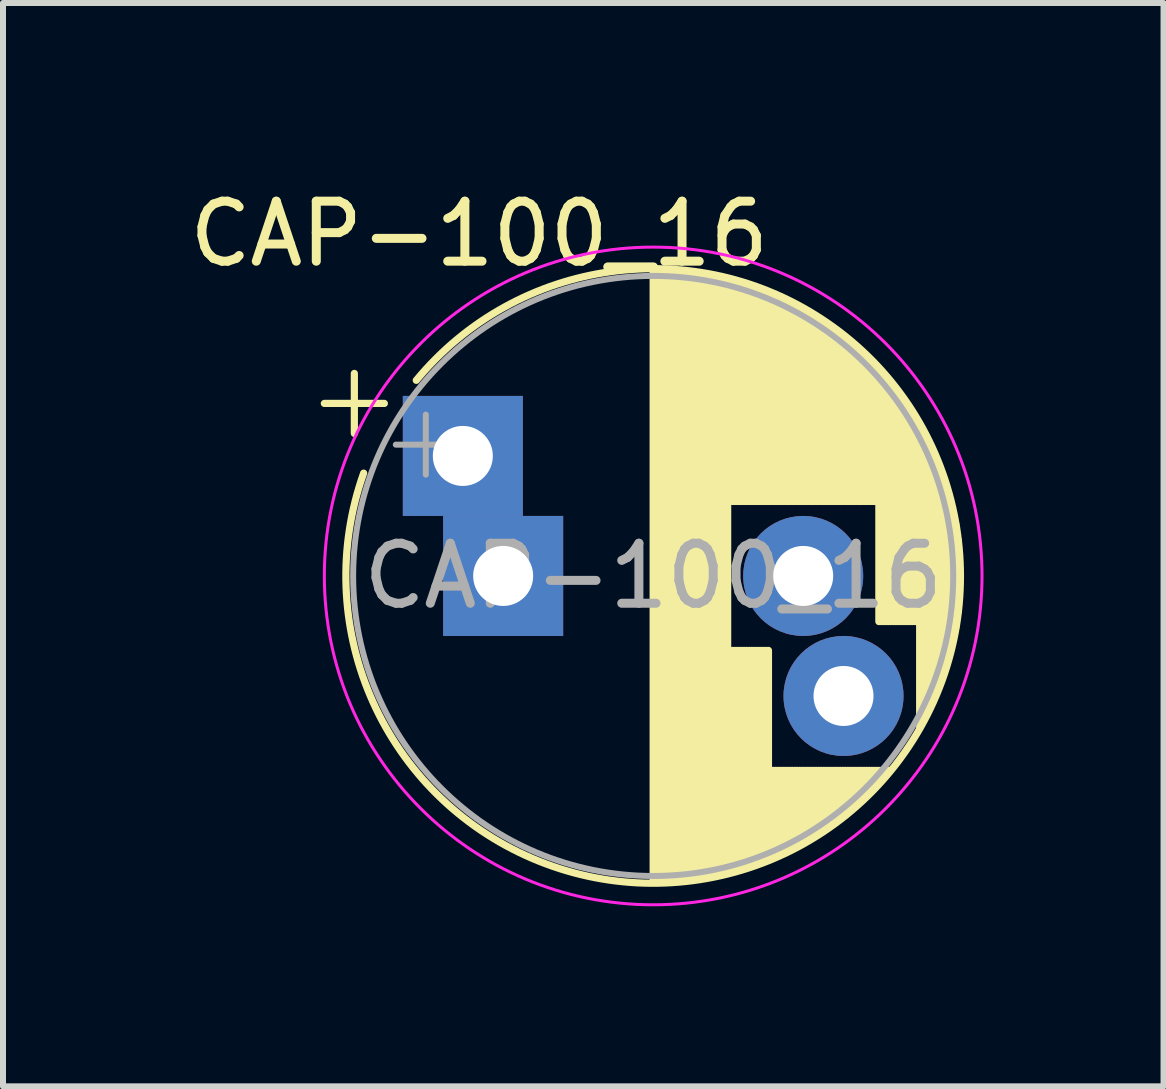
<source format=kicad_pcb>
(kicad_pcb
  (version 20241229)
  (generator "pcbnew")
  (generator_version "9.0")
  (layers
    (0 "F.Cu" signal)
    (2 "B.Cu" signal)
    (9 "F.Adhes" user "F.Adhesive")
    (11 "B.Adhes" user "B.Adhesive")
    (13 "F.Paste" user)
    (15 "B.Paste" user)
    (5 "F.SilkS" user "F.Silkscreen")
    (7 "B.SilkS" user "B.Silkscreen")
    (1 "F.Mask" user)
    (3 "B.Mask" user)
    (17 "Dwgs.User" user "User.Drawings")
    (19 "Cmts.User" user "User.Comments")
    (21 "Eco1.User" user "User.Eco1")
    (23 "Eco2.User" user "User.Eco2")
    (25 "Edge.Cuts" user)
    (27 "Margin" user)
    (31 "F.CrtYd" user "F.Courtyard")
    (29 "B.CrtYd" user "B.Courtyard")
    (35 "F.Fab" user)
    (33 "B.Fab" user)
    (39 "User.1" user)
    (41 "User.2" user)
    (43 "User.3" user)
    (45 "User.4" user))
  (footprint "CAP-100_16"
    (layer "F.Cu")
    (at 5.335 6.548)
    (property "Reference" "CAP-100_16" (at -0.4 -5.7 0) (layer "F.SilkS") (effects (font (size 1 1) (thickness 0.15))))
    (attr through_hole)
    (fp_line (start -2.98 -2.875) (end -1.98 -2.875) (stroke (width 0.12) (type solid)) (layer "F.SilkS"))
    (fp_line (start -2.48 -3.375) (end -2.48 -2.375) (stroke (width 0.12) (type solid)) (layer "F.SilkS"))
    (fp_line (start 2.5 -5.08) (end 2.5 5.08) (stroke (width 0.12) (type solid)) (layer "F.SilkS"))
    (fp_line (start 2.54 -5.08) (end 2.54 5.08) (stroke (width 0.12) (type solid)) (layer "F.SilkS"))
    (fp_line (start 2.58 -5.08) (end 2.58 5.08) (stroke (width 0.12) (type solid)) (layer "F.SilkS"))
    (fp_line (start 2.62 -5.079) (end 2.62 5.079) (stroke (width 0.12) (type solid)) (layer "F.SilkS"))
    (fp_line (start 2.66 -5.078) (end 2.66 5.078) (stroke (width 0.12) (type solid)) (layer "F.SilkS"))
    (fp_line (start 2.7 -5.077) (end 2.7 5.077) (stroke (width 0.12) (type solid)) (layer "F.SilkS"))
    (fp_line (start 2.74 -5.075) (end 2.74 5.075) (stroke (width 0.12) (type solid)) (layer "F.SilkS"))
    (fp_line (start 2.78 -5.073) (end 2.78 5.073) (stroke (width 0.12) (type solid)) (layer "F.SilkS"))
    (fp_line (start 2.82 -5.07) (end 2.82 5.07) (stroke (width 0.12) (type solid)) (layer "F.SilkS"))
    (fp_line (start 2.86 -5.068) (end 2.86 5.068) (stroke (width 0.12) (type solid)) (layer "F.SilkS"))
    (fp_line (start 2.9 -5.065) (end 2.9 5.065) (stroke (width 0.12) (type solid)) (layer "F.SilkS"))
    (fp_line (start 2.94 -5.062) (end 2.94 5.062) (stroke (width 0.12) (type solid)) (layer "F.SilkS"))
    (fp_line (start 2.98 -5.058) (end 2.98 5.058) (stroke (width 0.12) (type solid)) (layer "F.SilkS"))
    (fp_line (start 3.02 -5.054) (end 3.02 5.054) (stroke (width 0.12) (type solid)) (layer "F.SilkS"))
    (fp_line (start 3.06 -5.05) (end 3.06 5.05) (stroke (width 0.12) (type solid)) (layer "F.SilkS"))
    (fp_line (start 3.1 -5.045) (end 3.1 5.045) (stroke (width 0.12) (type solid)) (layer "F.SilkS"))
    (fp_line (start 3.14 -5.04) (end 3.14 5.04) (stroke (width 0.12) (type solid)) (layer "F.SilkS"))
    (fp_line (start 3.18 -5.035) (end 3.18 5.035) (stroke (width 0.12) (type solid)) (layer "F.SilkS"))
    (fp_line (start 3.221 -5.03) (end 3.221 5.03) (stroke (width 0.12) (type solid)) (layer "F.SilkS"))
    (fp_line (start 3.261 -5.024) (end 3.261 5.024) (stroke (width 0.12) (type solid)) (layer "F.SilkS"))
    (fp_line (start 3.301 -5.018) (end 3.301 5.018) (stroke (width 0.12) (type solid)) (layer "F.SilkS"))
    (fp_line (start 3.341 -5.011) (end 3.341 5.011) (stroke (width 0.12) (type solid)) (layer "F.SilkS"))
    (fp_line (start 3.381 -5.004) (end 3.381 5.004) (stroke (width 0.12) (type solid)) (layer "F.SilkS"))
    (fp_line (start 3.421 -4.997) (end 3.421 4.997) (stroke (width 0.12) (type solid)) (layer "F.SilkS"))
    (fp_line (start 3.461 -4.99) (end 3.461 4.99) (stroke (width 0.12) (type solid)) (layer "F.SilkS"))
    (fp_line (start 3.501 -4.982) (end 3.501 4.982) (stroke (width 0.12) (type solid)) (layer "F.SilkS"))
    (fp_line (start 3.541 -4.974) (end 3.541 4.974) (stroke (width 0.12) (type solid)) (layer "F.SilkS"))
    (fp_line (start 3.581 -4.965) (end 3.581 4.965) (stroke (width 0.12) (type solid)) (layer "F.SilkS"))
    (fp_line (start 3.621 -4.956) (end 3.621 4.956) (stroke (width 0.12) (type solid)) (layer "F.SilkS"))
    (fp_line (start 3.661 -4.947) (end 3.661 4.947) (stroke (width 0.12) (type solid)) (layer "F.SilkS"))
    (fp_line (start 3.701 -4.938) (end 3.701 4.938) (stroke (width 0.12) (type solid)) (layer "F.SilkS"))
    (fp_line (start 3.741 -4.928) (end 3.741 4.928) (stroke (width 0.12) (type solid)) (layer "F.SilkS"))
    (fp_line (start 3.781 -4.918) (end 3.781 -1.241) (stroke (width 0.12) (type solid)) (layer "F.SilkS"))
    (fp_line (start 3.781 1.241) (end 3.781 4.918) (stroke (width 0.12) (type solid)) (layer "F.SilkS"))
    (fp_line (start 3.821 -4.907) (end 3.821 -1.241) (stroke (width 0.12) (type solid)) (layer "F.SilkS"))
    (fp_line (start 3.821 1.241) (end 3.821 4.907) (stroke (width 0.12) (type solid)) (layer "F.SilkS"))
    (fp_line (start 3.861 -4.897) (end 3.861 -1.241) (stroke (width 0.12) (type solid)) (layer "F.SilkS"))
    (fp_line (start 3.861 1.241) (end 3.861 4.897) (stroke (width 0.12) (type solid)) (layer "F.SilkS"))
    (fp_line (start 3.901 -4.885) (end 3.901 -1.241) (stroke (width 0.12) (type solid)) (layer "F.SilkS"))
    (fp_line (start 3.901 1.241) (end 3.901 4.885) (stroke (width 0.12) (type solid)) (layer "F.SilkS"))
    (fp_line (start 3.941 -4.874) (end 3.941 -1.241) (stroke (width 0.12) (type solid)) (layer "F.SilkS"))
    (fp_line (start 3.941 1.241) (end 3.941 4.874) (stroke (width 0.12) (type solid)) (layer "F.SilkS"))
    (fp_line (start 3.981 -4.862) (end 3.981 -1.241) (stroke (width 0.12) (type solid)) (layer "F.SilkS"))
    (fp_line (start 3.981 1.241) (end 3.981 4.862) (stroke (width 0.12) (type solid)) (layer "F.SilkS"))
    (fp_line (start 4.021 -4.85) (end 4.021 -1.241) (stroke (width 0.12) (type solid)) (layer "F.SilkS"))
    (fp_line (start 4.021 1.241) (end 4.021 4.85) (stroke (width 0.12) (type solid)) (layer "F.SilkS"))
    (fp_line (start 4.061 -4.837) (end 4.061 -1.241) (stroke (width 0.12) (type solid)) (layer "F.SilkS"))
    (fp_line (start 4.061 1.241) (end 4.061 4.837) (stroke (width 0.12) (type solid)) (layer "F.SilkS"))
    (fp_line (start 4.101 -4.824) (end 4.101 -1.241) (stroke (width 0.12) (type solid)) (layer "F.SilkS"))
    (fp_line (start 4.101 1.241) (end 4.101 4.824) (stroke (width 0.12) (type solid)) (layer "F.SilkS"))
    (fp_line (start 4.141 -4.811) (end 4.141 -1.241) (stroke (width 0.12) (type solid)) (layer "F.SilkS"))
    (fp_line (start 4.141 1.241) (end 4.141 4.811) (stroke (width 0.12) (type solid)) (layer "F.SilkS"))
    (fp_line (start 4.181 -4.797) (end 4.181 -1.241) (stroke (width 0.12) (type solid)) (layer "F.SilkS"))
    (fp_line (start 4.181 1.241) (end 4.181 4.797) (stroke (width 0.12) (type solid)) (layer "F.SilkS"))
    (fp_line (start 4.221 -4.783) (end 4.221 -1.241) (stroke (width 0.12) (type solid)) (layer "F.SilkS"))
    (fp_line (start 4.221 1.241) (end 4.221 4.783) (stroke (width 0.12) (type solid)) (layer "F.SilkS"))
    (fp_line (start 4.261 -4.768) (end 4.261 -1.241) (stroke (width 0.12) (type solid)) (layer "F.SilkS"))
    (fp_line (start 4.261 1.241) (end 4.261 4.768) (stroke (width 0.12) (type solid)) (layer "F.SilkS"))
    (fp_line (start 4.301 -4.754) (end 4.301 -1.241) (stroke (width 0.12) (type solid)) (layer "F.SilkS"))
    (fp_line (start 4.301 1.241) (end 4.301 4.754) (stroke (width 0.12) (type solid)) (layer "F.SilkS"))
    (fp_line (start 4.341 -4.738) (end 4.341 -1.241) (stroke (width 0.12) (type solid)) (layer "F.SilkS"))
    (fp_line (start 4.341 1.241) (end 4.341 4.738) (stroke (width 0.12) (type solid)) (layer "F.SilkS"))
    (fp_line (start 4.381 -4.723) (end 4.381 -1.241) (stroke (width 0.12) (type solid)) (layer "F.SilkS"))
    (fp_line (start 4.381 1.241) (end 4.381 4.723) (stroke (width 0.12) (type solid)) (layer "F.SilkS"))
    (fp_line (start 4.421 -4.707) (end 4.421 -1.241) (stroke (width 0.12) (type solid)) (layer "F.SilkS"))
    (fp_line (start 4.421 1.241) (end 4.421 4.707) (stroke (width 0.12) (type solid)) (layer "F.SilkS"))
    (fp_line (start 4.461 -4.69) (end 4.461 -1.241) (stroke (width 0.12) (type solid)) (layer "F.SilkS"))
    (fp_line (start 4.461 3.24) (end 4.461 4.69) (stroke (width 0.12) (type solid)) (layer "F.SilkS"))
    (fp_line (start 4.501 -4.674) (end 4.501 -1.241) (stroke (width 0.12) (type solid)) (layer "F.SilkS"))
    (fp_line (start 4.501 3.24) (end 4.501 4.674) (stroke (width 0.12) (type solid)) (layer "F.SilkS"))
    (fp_line (start 4.541 -4.657) (end 4.541 -1.241) (stroke (width 0.12) (type solid)) (layer "F.SilkS"))
    (fp_line (start 4.541 3.24) (end 4.541 4.657) (stroke (width 0.12) (type solid)) (layer "F.SilkS"))
    (fp_line (start 4.581 -4.639) (end 4.581 -1.241) (stroke (width 0.12) (type solid)) (layer "F.SilkS"))
    (fp_line (start 4.581 3.24) (end 4.581 4.639) (stroke (width 0.12) (type solid)) (layer "F.SilkS"))
    (fp_line (start 4.621 -4.621) (end 4.621 -1.241) (stroke (width 0.12) (type solid)) (layer "F.SilkS"))
    (fp_line (start 4.621 3.24) (end 4.621 4.621) (stroke (width 0.12) (type solid)) (layer "F.SilkS"))
    (fp_line (start 4.661 -4.603) (end 4.661 -1.241) (stroke (width 0.12) (type solid)) (layer "F.SilkS"))
    (fp_line (start 4.661 3.24) (end 4.661 4.603) (stroke (width 0.12) (type solid)) (layer "F.SilkS"))
    (fp_line (start 4.701 -4.584) (end 4.701 -1.241) (stroke (width 0.12) (type solid)) (layer "F.SilkS"))
    (fp_line (start 4.701 3.24) (end 4.701 4.584) (stroke (width 0.12) (type solid)) (layer "F.SilkS"))
    (fp_line (start 4.741 -4.564) (end 4.741 -1.241) (stroke (width 0.12) (type solid)) (layer "F.SilkS"))
    (fp_line (start 4.741 3.24) (end 4.741 4.564) (stroke (width 0.12) (type solid)) (layer "F.SilkS"))
    (fp_line (start 4.781 -4.545) (end 4.781 -1.241) (stroke (width 0.12) (type solid)) (layer "F.SilkS"))
    (fp_line (start 4.781 3.24) (end 4.781 4.545) (stroke (width 0.12) (type solid)) (layer "F.SilkS"))
    (fp_line (start 4.821 -4.525) (end 4.821 -1.241) (stroke (width 0.12) (type solid)) (layer "F.SilkS"))
    (fp_line (start 4.821 3.24) (end 4.821 4.525) (stroke (width 0.12) (type solid)) (layer "F.SilkS"))
    (fp_line (start 4.861 -4.504) (end 4.861 -1.241) (stroke (width 0.12) (type solid)) (layer "F.SilkS"))
    (fp_line (start 4.861 3.24) (end 4.861 4.504) (stroke (width 0.12) (type solid)) (layer "F.SilkS"))
    (fp_line (start 4.901 -4.483) (end 4.901 -1.241) (stroke (width 0.12) (type solid)) (layer "F.SilkS"))
    (fp_line (start 4.901 3.24) (end 4.901 4.483) (stroke (width 0.12) (type solid)) (layer "F.SilkS"))
    (fp_line (start 4.941 -4.462) (end 4.941 -1.241) (stroke (width 0.12) (type solid)) (layer "F.SilkS"))
    (fp_line (start 4.941 3.24) (end 4.941 4.462) (stroke (width 0.12) (type solid)) (layer "F.SilkS"))
    (fp_line (start 4.981 -4.44) (end 4.981 -1.241) (stroke (width 0.12) (type solid)) (layer "F.SilkS"))
    (fp_line (start 4.981 3.24) (end 4.981 4.44) (stroke (width 0.12) (type solid)) (layer "F.SilkS"))
    (fp_line (start 5.021 -4.417) (end 5.021 -1.241) (stroke (width 0.12) (type solid)) (layer "F.SilkS"))
    (fp_line (start 5.021 3.24) (end 5.021 4.417) (stroke (width 0.12) (type solid)) (layer "F.SilkS"))
    (fp_line (start 5.061 -4.395) (end 5.061 -1.241) (stroke (width 0.12) (type solid)) (layer "F.SilkS"))
    (fp_line (start 5.061 3.24) (end 5.061 4.395) (stroke (width 0.12) (type solid)) (layer "F.SilkS"))
    (fp_line (start 5.101 -4.371) (end 5.101 -1.241) (stroke (width 0.12) (type solid)) (layer "F.SilkS"))
    (fp_line (start 5.101 3.24) (end 5.101 4.371) (stroke (width 0.12) (type solid)) (layer "F.SilkS"))
    (fp_line (start 5.141 -4.347) (end 5.141 -1.241) (stroke (width 0.12) (type solid)) (layer "F.SilkS"))
    (fp_line (start 5.141 3.24) (end 5.141 4.347) (stroke (width 0.12) (type solid)) (layer "F.SilkS"))
    (fp_line (start 5.181 -4.323) (end 5.181 -1.241) (stroke (width 0.12) (type solid)) (layer "F.SilkS"))
    (fp_line (start 5.181 3.24) (end 5.181 4.323) (stroke (width 0.12) (type solid)) (layer "F.SilkS"))
    (fp_line (start 5.221 -4.298) (end 5.221 -1.241) (stroke (width 0.12) (type solid)) (layer "F.SilkS"))
    (fp_line (start 5.221 3.24) (end 5.221 4.298) (stroke (width 0.12) (type solid)) (layer "F.SilkS"))
    (fp_line (start 5.261 -4.273) (end 5.261 -1.241) (stroke (width 0.12) (type solid)) (layer "F.SilkS"))
    (fp_line (start 5.261 3.24) (end 5.261 4.273) (stroke (width 0.12) (type solid)) (layer "F.SilkS"))
    (fp_line (start 5.301 -4.247) (end 5.301 -1.241) (stroke (width 0.12) (type solid)) (layer "F.SilkS"))
    (fp_line (start 5.301 3.24) (end 5.301 4.247) (stroke (width 0.12) (type solid)) (layer "F.SilkS"))
    (fp_line (start 5.341 -4.221) (end 5.341 -1.241) (stroke (width 0.12) (type solid)) (layer "F.SilkS"))
    (fp_line (start 5.341 3.24) (end 5.341 4.221) (stroke (width 0.12) (type solid)) (layer "F.SilkS"))
    (fp_line (start 5.381 -4.194) (end 5.381 -1.241) (stroke (width 0.12) (type solid)) (layer "F.SilkS"))
    (fp_line (start 5.381 3.24) (end 5.381 4.194) (stroke (width 0.12) (type solid)) (layer "F.SilkS"))
    (fp_line (start 5.421 -4.166) (end 5.421 -1.241) (stroke (width 0.12) (type solid)) (layer "F.SilkS"))
    (fp_line (start 5.421 3.24) (end 5.421 4.166) (stroke (width 0.12) (type solid)) (layer "F.SilkS"))
    (fp_line (start 5.461 -4.138) (end 5.461 -1.241) (stroke (width 0.12) (type solid)) (layer "F.SilkS"))
    (fp_line (start 5.461 3.24) (end 5.461 4.138) (stroke (width 0.12) (type solid)) (layer "F.SilkS"))
    (fp_line (start 5.501 -4.11) (end 5.501 -1.241) (stroke (width 0.12) (type solid)) (layer "F.SilkS"))
    (fp_line (start 5.501 3.24) (end 5.501 4.11) (stroke (width 0.12) (type solid)) (layer "F.SilkS"))
    (fp_line (start 5.541 -4.08) (end 5.541 -1.241) (stroke (width 0.12) (type solid)) (layer "F.SilkS"))
    (fp_line (start 5.541 3.24) (end 5.541 4.08) (stroke (width 0.12) (type solid)) (layer "F.SilkS"))
    (fp_line (start 5.581 -4.05) (end 5.581 -1.241) (stroke (width 0.12) (type solid)) (layer "F.SilkS"))
    (fp_line (start 5.581 3.24) (end 5.581 4.05) (stroke (width 0.12) (type solid)) (layer "F.SilkS"))
    (fp_line (start 5.621 -4.02) (end 5.621 -1.241) (stroke (width 0.12) (type solid)) (layer "F.SilkS"))
    (fp_line (start 5.621 3.24) (end 5.621 4.02) (stroke (width 0.12) (type solid)) (layer "F.SilkS"))
    (fp_line (start 5.661 -3.989) (end 5.661 -1.241) (stroke (width 0.12) (type solid)) (layer "F.SilkS"))
    (fp_line (start 5.661 3.24) (end 5.661 3.989) (stroke (width 0.12) (type solid)) (layer "F.SilkS"))
    (fp_line (start 5.701 -3.957) (end 5.701 -1.241) (stroke (width 0.12) (type solid)) (layer "F.SilkS"))
    (fp_line (start 5.701 3.24) (end 5.701 3.957) (stroke (width 0.12) (type solid)) (layer "F.SilkS"))
    (fp_line (start 5.741 -3.925) (end 5.741 -1.241) (stroke (width 0.12) (type solid)) (layer "F.SilkS"))
    (fp_line (start 5.741 3.24) (end 5.741 3.925) (stroke (width 0.12) (type solid)) (layer "F.SilkS"))
    (fp_line (start 5.781 -3.892) (end 5.781 -1.241) (stroke (width 0.12) (type solid)) (layer "F.SilkS"))
    (fp_line (start 5.781 3.24) (end 5.781 3.892) (stroke (width 0.12) (type solid)) (layer "F.SilkS"))
    (fp_line (start 5.821 -3.858) (end 5.821 -1.241) (stroke (width 0.12) (type solid)) (layer "F.SilkS"))
    (fp_line (start 5.821 3.24) (end 5.821 3.858) (stroke (width 0.12) (type solid)) (layer "F.SilkS"))
    (fp_line (start 5.861 -3.824) (end 5.861 -1.241) (stroke (width 0.12) (type solid)) (layer "F.SilkS"))
    (fp_line (start 5.861 3.24) (end 5.861 3.824) (stroke (width 0.12) (type solid)) (layer "F.SilkS"))
    (fp_line (start 5.901 -3.789) (end 5.901 -1.241) (stroke (width 0.12) (type solid)) (layer "F.SilkS"))
    (fp_line (start 5.901 3.24) (end 5.901 3.789) (stroke (width 0.12) (type solid)) (layer "F.SilkS"))
    (fp_line (start 5.941 -3.753) (end 5.941 -1.241) (stroke (width 0.12) (type solid)) (layer "F.SilkS"))
    (fp_line (start 5.941 3.24) (end 5.941 3.753) (stroke (width 0.12) (type solid)) (layer "F.SilkS"))
    (fp_line (start 5.981 -3.716) (end 5.981 -1.241) (stroke (width 0.12) (type solid)) (layer "F.SilkS"))
    (fp_line (start 5.981 3.24) (end 5.981 3.716) (stroke (width 0.12) (type solid)) (layer "F.SilkS"))
    (fp_line (start 6.021 -3.679) (end 6.021 -1.241) (stroke (width 0.12) (type solid)) (layer "F.SilkS"))
    (fp_line (start 6.021 3.24) (end 6.021 3.679) (stroke (width 0.12) (type solid)) (layer "F.SilkS"))
    (fp_line (start 6.061 -3.64) (end 6.061 -1.241) (stroke (width 0.12) (type solid)) (layer "F.SilkS"))
    (fp_line (start 6.061 3.24) (end 6.061 3.64) (stroke (width 0.12) (type solid)) (layer "F.SilkS"))
    (fp_line (start 6.101 -3.601) (end 6.101 -1.241) (stroke (width 0.12) (type solid)) (layer "F.SilkS"))
    (fp_line (start 6.101 3.24) (end 6.101 3.601) (stroke (width 0.12) (type solid)) (layer "F.SilkS"))
    (fp_line (start 6.141 -3.561) (end 6.141 -1.241) (stroke (width 0.12) (type solid)) (layer "F.SilkS"))
    (fp_line (start 6.141 3.24) (end 6.141 3.561) (stroke (width 0.12) (type solid)) (layer "F.SilkS"))
    (fp_line (start 6.181 -3.52) (end 6.181 -1.241) (stroke (width 0.12) (type solid)) (layer "F.SilkS"))
    (fp_line (start 6.181 3.24) (end 6.181 3.52) (stroke (width 0.12) (type solid)) (layer "F.SilkS"))
    (fp_line (start 6.221 -3.478) (end 6.221 -1.241) (stroke (width 0.12) (type solid)) (layer "F.SilkS"))
    (fp_line (start 6.221 3.24) (end 6.221 3.478) (stroke (width 0.12) (type solid)) (layer "F.SilkS"))
    (fp_line (start 6.261 -3.436) (end 6.261 0.76) (stroke (width 0.12) (type solid)) (layer "F.SilkS"))
    (fp_line (start 6.261 3.24) (end 6.261 3.436) (stroke (width 0.12) (type solid)) (layer "F.SilkS"))
    (fp_line (start 6.301 -3.392) (end 6.301 0.76) (stroke (width 0.12) (type solid)) (layer "F.SilkS"))
    (fp_line (start 6.301 3.24) (end 6.301 3.392) (stroke (width 0.12) (type solid)) (layer "F.SilkS"))
    (fp_line (start 6.341 -3.347) (end 6.341 0.76) (stroke (width 0.12) (type solid)) (layer "F.SilkS"))
    (fp_line (start 6.341 3.24) (end 6.341 3.347) (stroke (width 0.12) (type solid)) (layer "F.SilkS"))
    (fp_line (start 6.381 -3.301) (end 6.381 0.76) (stroke (width 0.12) (type solid)) (layer "F.SilkS"))
    (fp_line (start 6.381 3.24) (end 6.381 3.301) (stroke (width 0.12) (type solid)) (layer "F.SilkS"))
    (fp_line (start 6.421 -3.254) (end 6.421 0.76) (stroke (width 0.12) (type solid)) (layer "F.SilkS"))
    (fp_line (start 6.421 3.24) (end 6.421 3.254) (stroke (width 0.12) (type solid)) (layer "F.SilkS"))
    (fp_line (start 6.461 -3.206) (end 6.461 0.76) (stroke (width 0.12) (type solid)) (layer "F.SilkS"))
    (fp_line (start 6.501 -3.156) (end 6.501 0.76) (stroke (width 0.12) (type solid)) (layer "F.SilkS"))
    (fp_line (start 6.541 -3.106) (end 6.541 0.76) (stroke (width 0.12) (type solid)) (layer "F.SilkS"))
    (fp_line (start 6.581 -3.054) (end 6.581 0.76) (stroke (width 0.12) (type solid)) (layer "F.SilkS"))
    (fp_line (start 6.621 -3) (end 6.621 0.76) (stroke (width 0.12) (type solid)) (layer "F.SilkS"))
    (fp_line (start 6.661 -2.945) (end 6.661 0.76) (stroke (width 0.12) (type solid)) (layer "F.SilkS"))
    (fp_line (start 6.701 -2.889) (end 6.701 0.76) (stroke (width 0.12) (type solid)) (layer "F.SilkS"))
    (fp_line (start 6.741 -2.83) (end 6.741 0.76) (stroke (width 0.12) (type solid)) (layer "F.SilkS"))
    (fp_line (start 6.781 -2.77) (end 6.781 0.76) (stroke (width 0.12) (type solid)) (layer "F.SilkS"))
    (fp_line (start 6.821 -2.709) (end 6.821 0.76) (stroke (width 0.12) (type solid)) (layer "F.SilkS"))
    (fp_line (start 6.861 -2.645) (end 6.861 0.76) (stroke (width 0.12) (type solid)) (layer "F.SilkS"))
    (fp_line (start 6.901 -2.579) (end 6.901 0.76) (stroke (width 0.12) (type solid)) (layer "F.SilkS"))
    (fp_line (start 6.941 -2.51) (end 6.941 2.51) (stroke (width 0.12) (type solid)) (layer "F.SilkS"))
    (fp_line (start 6.981 -2.439) (end 6.981 2.439) (stroke (width 0.12) (type solid)) (layer "F.SilkS"))
    (fp_line (start 7.021 -2.365) (end 7.021 2.365) (stroke (width 0.12) (type solid)) (layer "F.SilkS"))
    (fp_line (start 7.061 -2.289) (end 7.061 2.289) (stroke (width 0.12) (type solid)) (layer "F.SilkS"))
    (fp_line (start 7.101 -2.209) (end 7.101 2.209) (stroke (width 0.12) (type solid)) (layer "F.SilkS"))
    (fp_line (start 7.141 -2.125) (end 7.141 2.125) (stroke (width 0.12) (type solid)) (layer "F.SilkS"))
    (fp_line (start 7.181 -2.037) (end 7.181 2.037) (stroke (width 0.12) (type solid)) (layer "F.SilkS"))
    (fp_line (start 7.221 -1.944) (end 7.221 1.944) (stroke (width 0.12) (type solid)) (layer "F.SilkS"))
    (fp_line (start 7.261 -1.846) (end 7.261 1.846) (stroke (width 0.12) (type solid)) (layer "F.SilkS"))
    (fp_line (start 7.301 -1.742) (end 7.301 1.742) (stroke (width 0.12) (type solid)) (layer "F.SilkS"))
    (fp_line (start 7.341 -1.63) (end 7.341 1.63) (stroke (width 0.12) (type solid)) (layer "F.SilkS"))
    (fp_line (start 7.381 -1.51) (end 7.381 1.51) (stroke (width 0.12) (type solid)) (layer "F.SilkS"))
    (fp_line (start 7.421 -1.378) (end 7.421 1.378) (stroke (width 0.12) (type solid)) (layer "F.SilkS"))
    (fp_line (start 7.461 -1.23) (end 7.461 1.23) (stroke (width 0.12) (type solid)) (layer "F.SilkS"))
    (fp_line (start 7.501 -1.062) (end 7.501 1.062) (stroke (width 0.12) (type solid)) (layer "F.SilkS"))
    (fp_line (start 7.541 -0.862) (end 7.541 0.862) (stroke (width 0.12) (type solid)) (layer "F.SilkS"))
    (fp_line (start 7.581 -0.599) (end 7.581 0.599) (stroke (width 0.12) (type solid)) (layer "F.SilkS"))
    (fp_arc (start -1.448012 -3.26) (mid 6.954126 2.524908) (end -2.324903 -1.713098) (stroke (width 0.12) (type solid)) (layer "F.SilkS"))
    (fp_circle (center 2.5 0) (end 7.98 0) (stroke (width 0.05) (type solid)) (fill no) (layer "F.CrtYd"))
    (fp_line (start -1.789 -2.188) (end -0.789 -2.188) (stroke (width 0.1) (type solid)) (layer "F.Fab"))
    (fp_line (start -1.289 -2.688) (end -1.289 -1.688) (stroke (width 0.1) (type solid)) (layer "F.Fab"))
    (fp_circle (center 2.5 0) (end 7.5 0) (stroke (width 0.1) (type solid)) (fill no) (layer "F.Fab"))
    (fp_text user "${REFERENCE}" (at 2.5 0 0) (layer "F.Fab") (effects (font (size 1 1) (thickness 0.15))))
    (pad "1" thru_hole rect (at -0.672 -2) (size 2 2) (drill 1) (layers "*.Cu" "*.Mask"))
    (pad "1" thru_hole rect (at 0 0) (size 2 2) (drill 1) (layers "*.Cu" "*.Mask"))
    (pad "2" thru_hole circle (at 5 0) (size 2 2) (drill 1) (layers "*.Cu" "*.Mask"))
    (pad "2" thru_hole circle (at 5.672 2) (size 2 2) (drill 1) (layers "*.Cu" "*.Mask")))
  (gr_rect
    (start -3 -3)
    (end 16.34 15.053)
    (stroke (width 0.1) (type default))
    (fill no)
    (layer "Edge.Cuts")))
</source>
